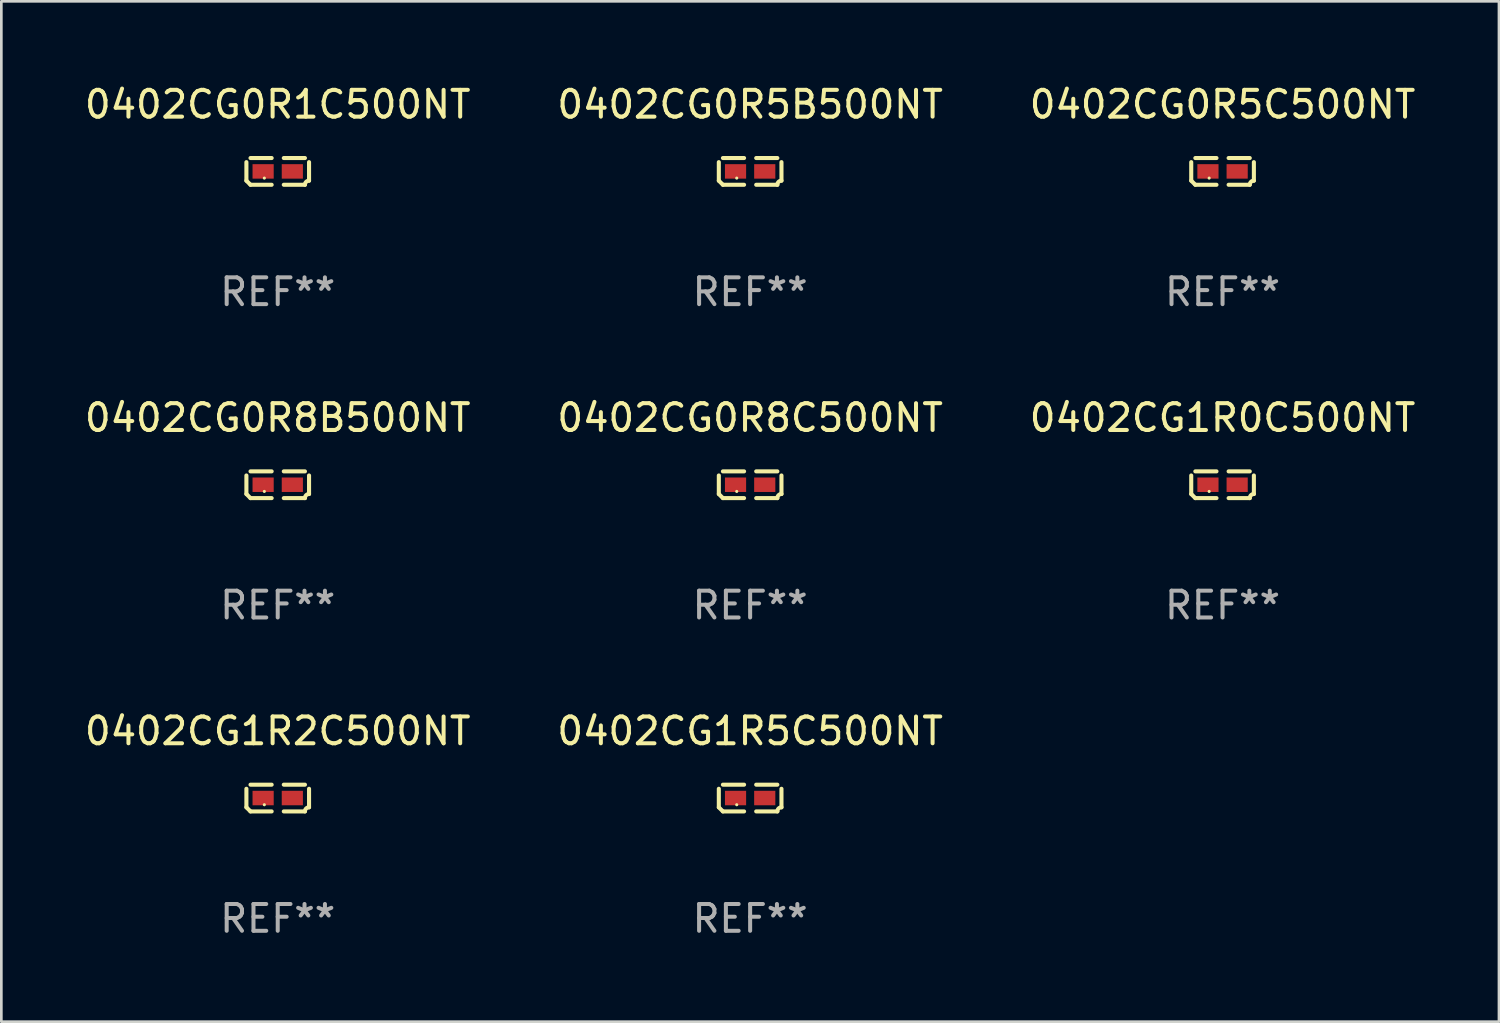
<source format=kicad_pcb>
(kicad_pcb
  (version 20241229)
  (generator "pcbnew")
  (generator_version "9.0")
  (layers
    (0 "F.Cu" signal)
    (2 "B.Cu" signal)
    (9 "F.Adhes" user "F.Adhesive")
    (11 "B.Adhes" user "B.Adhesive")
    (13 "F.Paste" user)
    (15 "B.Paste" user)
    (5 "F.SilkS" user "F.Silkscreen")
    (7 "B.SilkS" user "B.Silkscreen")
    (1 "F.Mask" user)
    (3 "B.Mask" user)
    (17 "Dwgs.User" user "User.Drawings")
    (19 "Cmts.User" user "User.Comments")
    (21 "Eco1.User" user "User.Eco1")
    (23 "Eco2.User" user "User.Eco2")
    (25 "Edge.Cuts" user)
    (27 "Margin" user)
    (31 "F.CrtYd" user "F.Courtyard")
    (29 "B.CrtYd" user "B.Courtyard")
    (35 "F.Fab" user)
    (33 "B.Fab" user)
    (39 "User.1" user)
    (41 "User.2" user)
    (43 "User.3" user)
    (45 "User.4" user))
  (footprint "0402CG0R8C500NT"
    (layer "F.Cu")
    (at 24.946 15.041)
    (property "Reference" "0402CG0R8C500NT" (at 0 -2.499 0) (layer "F.SilkS") (effects (font (size 1 1) (thickness 0.15))))
    (attr through_hole)
    (fp_line (start -1.169 0.346) (end -1.169 -0.346) (stroke (width 0.152) (type solid)) (layer "F.SilkS"))
    (fp_line (start -1.016 -0.499) (end -0.226 -0.499) (stroke (width 0.152) (type solid)) (layer "F.SilkS"))
    (fp_line (start -0.226 0.499) (end -1.016 0.499) (stroke (width 0.152) (type solid)) (layer "F.SilkS"))
    (fp_line (start 0.226 0.499) (end 1.016 0.499) (stroke (width 0.152) (type solid)) (layer "F.SilkS"))
    (fp_line (start 1.016 -0.499) (end 0.226 -0.499) (stroke (width 0.152) (type solid)) (layer "F.SilkS"))
    (fp_line (start 1.169 0.346) (end 1.169 -0.346) (stroke (width 0.152) (type solid)) (layer "F.SilkS"))
    (fp_arc (start -1.016307 0.498603) (mid -1.092512 0.422405) (end -1.16871 0.3462) (stroke (width 0.1524) (type solid)) (layer "F.SilkS"))
    (fp_arc (start 1.016307 0.498603) (mid 1.060899 0.390758) (end 1.168707 0.346076) (stroke (width 0.1524) (type solid)) (layer "F.SilkS"))
    (fp_circle (center -0.5 0.25) (end -0.47 0.25) (stroke (width 0.06) (type solid)) (fill no) (layer "F.SilkS"))
    (fp_text user "REF**" (at 0 4.499 0) (layer "F.Fab") (effects (font (size 1 1) (thickness 0.15))))
    (pad "1" smd rect (at -0.545 0) (size 0.79 0.54) (layers "F.Cu" "F.Mask" "F.Paste"))
    (pad "2" smd rect (at 0.545 0) (size 0.79 0.54) (layers "F.Cu" "F.Mask" "F.Paste")))
  (footprint "0402CG1R2C500NT"
    (layer "F.Cu")
    (at 7.315 26.734)
    (property "Reference" "0402CG1R2C500NT" (at 0 -2.499 0) (layer "F.SilkS") (effects (font (size 1 1) (thickness 0.15))))
    (attr through_hole)
    (fp_line (start -1.169 0.346) (end -1.169 -0.346) (stroke (width 0.152) (type solid)) (layer "F.SilkS"))
    (fp_line (start -1.016 -0.499) (end -0.226 -0.499) (stroke (width 0.152) (type solid)) (layer "F.SilkS"))
    (fp_line (start -0.226 0.499) (end -1.016 0.499) (stroke (width 0.152) (type solid)) (layer "F.SilkS"))
    (fp_line (start 0.226 0.499) (end 1.016 0.499) (stroke (width 0.152) (type solid)) (layer "F.SilkS"))
    (fp_line (start 1.016 -0.499) (end 0.226 -0.499) (stroke (width 0.152) (type solid)) (layer "F.SilkS"))
    (fp_line (start 1.169 0.346) (end 1.169 -0.346) (stroke (width 0.152) (type solid)) (layer "F.SilkS"))
    (fp_arc (start -1.016307 0.498603) (mid -1.092512 0.422405) (end -1.16871 0.3462) (stroke (width 0.1524) (type solid)) (layer "F.SilkS"))
    (fp_arc (start 1.016307 0.498603) (mid 1.060899 0.390758) (end 1.168707 0.346076) (stroke (width 0.1524) (type solid)) (layer "F.SilkS"))
    (fp_circle (center -0.5 0.25) (end -0.47 0.25) (stroke (width 0.06) (type solid)) (fill no) (layer "F.SilkS"))
    (fp_text user "REF**" (at 0 4.499 0) (layer "F.Fab") (effects (font (size 1 1) (thickness 0.15))))
    (pad "1" smd rect (at -0.545 0) (size 0.79 0.54) (layers "F.Cu" "F.Mask" "F.Paste"))
    (pad "2" smd rect (at 0.545 0) (size 0.79 0.54) (layers "F.Cu" "F.Mask" "F.Paste")))
  (footprint "0402CG0R1C500NT"
    (layer "F.Cu")
    (at 7.315 3.347)
    (property "Reference" "0402CG0R1C500NT" (at 0 -2.499 0) (layer "F.SilkS") (effects (font (size 1 1) (thickness 0.15))))
    (attr through_hole)
    (fp_line (start -1.169 0.346) (end -1.169 -0.346) (stroke (width 0.152) (type solid)) (layer "F.SilkS"))
    (fp_line (start -1.016 -0.499) (end -0.226 -0.499) (stroke (width 0.152) (type solid)) (layer "F.SilkS"))
    (fp_line (start -0.226 0.499) (end -1.016 0.499) (stroke (width 0.152) (type solid)) (layer "F.SilkS"))
    (fp_line (start 0.226 0.499) (end 1.016 0.499) (stroke (width 0.152) (type solid)) (layer "F.SilkS"))
    (fp_line (start 1.016 -0.499) (end 0.226 -0.499) (stroke (width 0.152) (type solid)) (layer "F.SilkS"))
    (fp_line (start 1.169 0.346) (end 1.169 -0.346) (stroke (width 0.152) (type solid)) (layer "F.SilkS"))
    (fp_arc (start -1.016307 0.498603) (mid -1.092512 0.422405) (end -1.16871 0.3462) (stroke (width 0.1524) (type solid)) (layer "F.SilkS"))
    (fp_arc (start 1.016307 0.498603) (mid 1.060899 0.390758) (end 1.168707 0.346076) (stroke (width 0.1524) (type solid)) (layer "F.SilkS"))
    (fp_circle (center -0.5 0.25) (end -0.47 0.25) (stroke (width 0.06) (type solid)) (fill no) (layer "F.SilkS"))
    (fp_text user "REF**" (at 0 4.499 0) (layer "F.Fab") (effects (font (size 1 1) (thickness 0.15))))
    (pad "1" smd rect (at -0.545 0) (size 0.79 0.54) (layers "F.Cu" "F.Mask" "F.Paste"))
    (pad "2" smd rect (at 0.545 0) (size 0.79 0.54) (layers "F.Cu" "F.Mask" "F.Paste")))
  (footprint "0402CG1R5C500NT"
    (layer "F.Cu")
    (at 24.946 26.734)
    (property "Reference" "0402CG1R5C500NT" (at 0 -2.499 0) (layer "F.SilkS") (effects (font (size 1 1) (thickness 0.15))))
    (attr through_hole)
    (fp_line (start -1.169 0.346) (end -1.169 -0.346) (stroke (width 0.152) (type solid)) (layer "F.SilkS"))
    (fp_line (start -1.016 -0.499) (end -0.226 -0.499) (stroke (width 0.152) (type solid)) (layer "F.SilkS"))
    (fp_line (start -0.226 0.499) (end -1.016 0.499) (stroke (width 0.152) (type solid)) (layer "F.SilkS"))
    (fp_line (start 0.226 0.499) (end 1.016 0.499) (stroke (width 0.152) (type solid)) (layer "F.SilkS"))
    (fp_line (start 1.016 -0.499) (end 0.226 -0.499) (stroke (width 0.152) (type solid)) (layer "F.SilkS"))
    (fp_line (start 1.169 0.346) (end 1.169 -0.346) (stroke (width 0.152) (type solid)) (layer "F.SilkS"))
    (fp_arc (start -1.016307 0.498603) (mid -1.092512 0.422405) (end -1.16871 0.3462) (stroke (width 0.1524) (type solid)) (layer "F.SilkS"))
    (fp_arc (start 1.016307 0.498603) (mid 1.060899 0.390758) (end 1.168707 0.346076) (stroke (width 0.1524) (type solid)) (layer "F.SilkS"))
    (fp_circle (center -0.5 0.25) (end -0.47 0.25) (stroke (width 0.06) (type solid)) (fill no) (layer "F.SilkS"))
    (fp_text user "REF**" (at 0 4.499 0) (layer "F.Fab") (effects (font (size 1 1) (thickness 0.15))))
    (pad "1" smd rect (at -0.545 0) (size 0.79 0.54) (layers "F.Cu" "F.Mask" "F.Paste"))
    (pad "2" smd rect (at 0.545 0) (size 0.79 0.54) (layers "F.Cu" "F.Mask" "F.Paste")))
  (footprint "0402CG0R5C500NT"
    (layer "F.Cu")
    (at 42.577 3.347)
    (property "Reference" "0402CG0R5C500NT" (at 0 -2.499 0) (layer "F.SilkS") (effects (font (size 1 1) (thickness 0.15))))
    (attr through_hole)
    (fp_line (start -1.169 0.346) (end -1.169 -0.346) (stroke (width 0.152) (type solid)) (layer "F.SilkS"))
    (fp_line (start -1.016 -0.499) (end -0.226 -0.499) (stroke (width 0.152) (type solid)) (layer "F.SilkS"))
    (fp_line (start -0.226 0.499) (end -1.016 0.499) (stroke (width 0.152) (type solid)) (layer "F.SilkS"))
    (fp_line (start 0.226 0.499) (end 1.016 0.499) (stroke (width 0.152) (type solid)) (layer "F.SilkS"))
    (fp_line (start 1.016 -0.499) (end 0.226 -0.499) (stroke (width 0.152) (type solid)) (layer "F.SilkS"))
    (fp_line (start 1.169 0.346) (end 1.169 -0.346) (stroke (width 0.152) (type solid)) (layer "F.SilkS"))
    (fp_arc (start -1.016307 0.498603) (mid -1.092512 0.422405) (end -1.16871 0.3462) (stroke (width 0.1524) (type solid)) (layer "F.SilkS"))
    (fp_arc (start 1.016307 0.498603) (mid 1.060899 0.390758) (end 1.168707 0.346076) (stroke (width 0.1524) (type solid)) (layer "F.SilkS"))
    (fp_circle (center -0.5 0.25) (end -0.47 0.25) (stroke (width 0.06) (type solid)) (fill no) (layer "F.SilkS"))
    (fp_text user "REF**" (at 0 4.499 0) (layer "F.Fab") (effects (font (size 1 1) (thickness 0.15))))
    (pad "1" smd rect (at -0.545 0) (size 0.79 0.54) (layers "F.Cu" "F.Mask" "F.Paste"))
    (pad "2" smd rect (at 0.545 0) (size 0.79 0.54) (layers "F.Cu" "F.Mask" "F.Paste")))
  (footprint "0402CG1R0C500NT"
    (layer "F.Cu")
    (at 42.577 15.041)
    (property "Reference" "0402CG1R0C500NT" (at 0 -2.499 0) (layer "F.SilkS") (effects (font (size 1 1) (thickness 0.15))))
    (attr through_hole)
    (fp_line (start -1.169 0.346) (end -1.169 -0.346) (stroke (width 0.152) (type solid)) (layer "F.SilkS"))
    (fp_line (start -1.016 -0.499) (end -0.226 -0.499) (stroke (width 0.152) (type solid)) (layer "F.SilkS"))
    (fp_line (start -0.226 0.499) (end -1.016 0.499) (stroke (width 0.152) (type solid)) (layer "F.SilkS"))
    (fp_line (start 0.226 0.499) (end 1.016 0.499) (stroke (width 0.152) (type solid)) (layer "F.SilkS"))
    (fp_line (start 1.016 -0.499) (end 0.226 -0.499) (stroke (width 0.152) (type solid)) (layer "F.SilkS"))
    (fp_line (start 1.169 0.346) (end 1.169 -0.346) (stroke (width 0.152) (type solid)) (layer "F.SilkS"))
    (fp_arc (start -1.016307 0.498603) (mid -1.092512 0.422405) (end -1.16871 0.3462) (stroke (width 0.1524) (type solid)) (layer "F.SilkS"))
    (fp_arc (start 1.016307 0.498603) (mid 1.060899 0.390758) (end 1.168707 0.346076) (stroke (width 0.1524) (type solid)) (layer "F.SilkS"))
    (fp_circle (center -0.5 0.25) (end -0.47 0.25) (stroke (width 0.06) (type solid)) (fill no) (layer "F.SilkS"))
    (fp_text user "REF**" (at 0 4.499 0) (layer "F.Fab") (effects (font (size 1 1) (thickness 0.15))))
    (pad "1" smd rect (at -0.545 0) (size 0.79 0.54) (layers "F.Cu" "F.Mask" "F.Paste"))
    (pad "2" smd rect (at 0.545 0) (size 0.79 0.54) (layers "F.Cu" "F.Mask" "F.Paste")))
  (footprint "0402CG0R5B500NT"
    (layer "F.Cu")
    (at 24.946 3.347)
    (property "Reference" "0402CG0R5B500NT" (at 0 -2.499 0) (layer "F.SilkS") (effects (font (size 1 1) (thickness 0.15))))
    (attr through_hole)
    (fp_line (start -1.169 0.346) (end -1.169 -0.346) (stroke (width 0.152) (type solid)) (layer "F.SilkS"))
    (fp_line (start -1.016 -0.499) (end -0.226 -0.499) (stroke (width 0.152) (type solid)) (layer "F.SilkS"))
    (fp_line (start -0.226 0.499) (end -1.016 0.499) (stroke (width 0.152) (type solid)) (layer "F.SilkS"))
    (fp_line (start 0.226 0.499) (end 1.016 0.499) (stroke (width 0.152) (type solid)) (layer "F.SilkS"))
    (fp_line (start 1.016 -0.499) (end 0.226 -0.499) (stroke (width 0.152) (type solid)) (layer "F.SilkS"))
    (fp_line (start 1.169 0.346) (end 1.169 -0.346) (stroke (width 0.152) (type solid)) (layer "F.SilkS"))
    (fp_arc (start -1.016307 0.498603) (mid -1.092512 0.422405) (end -1.16871 0.3462) (stroke (width 0.1524) (type solid)) (layer "F.SilkS"))
    (fp_arc (start 1.016307 0.498603) (mid 1.060899 0.390758) (end 1.168707 0.346076) (stroke (width 0.1524) (type solid)) (layer "F.SilkS"))
    (fp_circle (center -0.5 0.25) (end -0.47 0.25) (stroke (width 0.06) (type solid)) (fill no) (layer "F.SilkS"))
    (fp_text user "REF**" (at 0 4.499 0) (layer "F.Fab") (effects (font (size 1 1) (thickness 0.15))))
    (pad "1" smd rect (at -0.545 0) (size 0.79 0.54) (layers "F.Cu" "F.Mask" "F.Paste"))
    (pad "2" smd rect (at 0.545 0) (size 0.79 0.54) (layers "F.Cu" "F.Mask" "F.Paste")))
  (footprint "0402CG0R8B500NT"
    (layer "F.Cu")
    (at 7.315 15.041)
    (property "Reference" "0402CG0R8B500NT" (at 0 -2.499 0) (layer "F.SilkS") (effects (font (size 1 1) (thickness 0.15))))
    (attr through_hole)
    (fp_line (start -1.169 0.346) (end -1.169 -0.346) (stroke (width 0.152) (type solid)) (layer "F.SilkS"))
    (fp_line (start -1.016 -0.499) (end -0.226 -0.499) (stroke (width 0.152) (type solid)) (layer "F.SilkS"))
    (fp_line (start -0.226 0.499) (end -1.016 0.499) (stroke (width 0.152) (type solid)) (layer "F.SilkS"))
    (fp_line (start 0.226 0.499) (end 1.016 0.499) (stroke (width 0.152) (type solid)) (layer "F.SilkS"))
    (fp_line (start 1.016 -0.499) (end 0.226 -0.499) (stroke (width 0.152) (type solid)) (layer "F.SilkS"))
    (fp_line (start 1.169 0.346) (end 1.169 -0.346) (stroke (width 0.152) (type solid)) (layer "F.SilkS"))
    (fp_arc (start -1.016307 0.498603) (mid -1.092512 0.422405) (end -1.16871 0.3462) (stroke (width 0.1524) (type solid)) (layer "F.SilkS"))
    (fp_arc (start 1.016307 0.498603) (mid 1.060899 0.390758) (end 1.168707 0.346076) (stroke (width 0.1524) (type solid)) (layer "F.SilkS"))
    (fp_circle (center -0.5 0.25) (end -0.47 0.25) (stroke (width 0.06) (type solid)) (fill no) (layer "F.SilkS"))
    (fp_text user "REF**" (at 0 4.499 0) (layer "F.Fab") (effects (font (size 1 1) (thickness 0.15))))
    (pad "1" smd rect (at -0.545 0) (size 0.79 0.54) (layers "F.Cu" "F.Mask" "F.Paste"))
    (pad "2" smd rect (at 0.545 0) (size 0.79 0.54) (layers "F.Cu" "F.Mask" "F.Paste")))
  (gr_rect
    (start -3 -3)
    (end 52.893 35.081)
    (stroke (width 0.1) (type default))
    (fill no)
    (layer "Edge.Cuts")))
</source>
